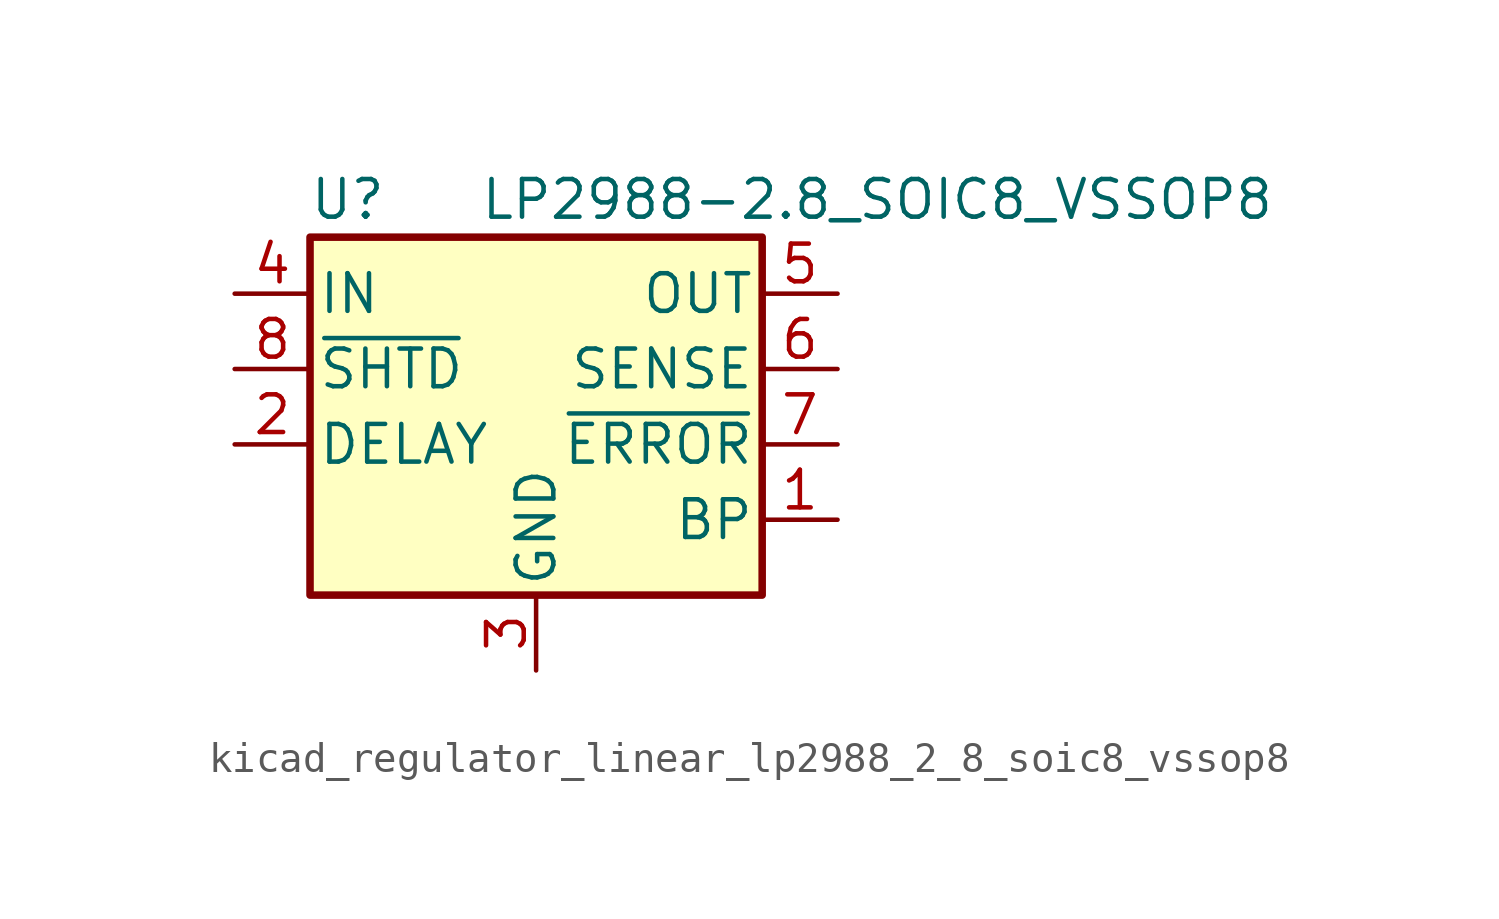
<source format=kicad_sym>
(kicad_symbol_lib
  (version 20220914)
  (generator kicad_symbol_editor)
  (symbol "kicad_regulator_linear_lp2988_2_8_soic8_vssop8"
    (pin_names
      (offset 0.254))
    (property "Reference" "U"
      (at -6.35 5.715 0)
      (effects (font (size 1.27 1.27))))
    (property "Value" "LP2988-2.8_SOIC8_VSSOP8"
      (at -1.905 5.715 0)
      (effects (font (size 1.27 1.27)) (justify left)))
    (symbol "kicad_regulator_linear_lp2988_2_8_soic8_vssop8_0_1"
      (rectangle (start -7.62 4.445) (end 7.62 -7.62) (stroke (width 0.254) (type default)) (fill (type background))))
    (symbol "kicad_regulator_linear_lp2988_2_8_soic8_vssop8_1_1"
      (pin passive line (at 10.16 -5.08 180) (length 2.54) (name "BP" (effects (font (size 1.27 1.27)))) (number "1" (effects (font (size 1.27 1.27)))))
      (pin passive line (at -10.16 -2.54 0) (length 2.54) (name "DELAY" (effects (font (size 1.27 1.27)))) (number "2" (effects (font (size 1.27 1.27)))))
      (pin power_in line (at 0 -10.16 90) (length 2.54) (name "GND" (effects (font (size 1.27 1.27)))) (number "3" (effects (font (size 1.27 1.27)))))
      (pin power_in line (at -10.16 2.54 0) (length 2.54) (name "IN" (effects (font (size 1.27 1.27)))) (number "4" (effects (font (size 1.27 1.27)))))
      (pin power_out line (at 10.16 2.54 180) (length 2.54) (name "OUT" (effects (font (size 1.27 1.27)))) (number "5" (effects (font (size 1.27 1.27)))))
      (pin input line (at 10.16 0 180) (length 2.54) (name "SENSE" (effects (font (size 1.27 1.27)))) (number "6" (effects (font (size 1.27 1.27)))))
      (pin output line (at 10.16 -2.54 180) (length 2.54) (name "~{ERROR}" (effects (font (size 1.27 1.27)))) (number "7" (effects (font (size 1.27 1.27)))))
      (pin input line (at -10.16 0 0) (length 2.54) (name "~{SHTD}" (effects (font (size 1.27 1.27)))) (number "8" (effects (font (size 1.27 1.27))))))))
</source>
